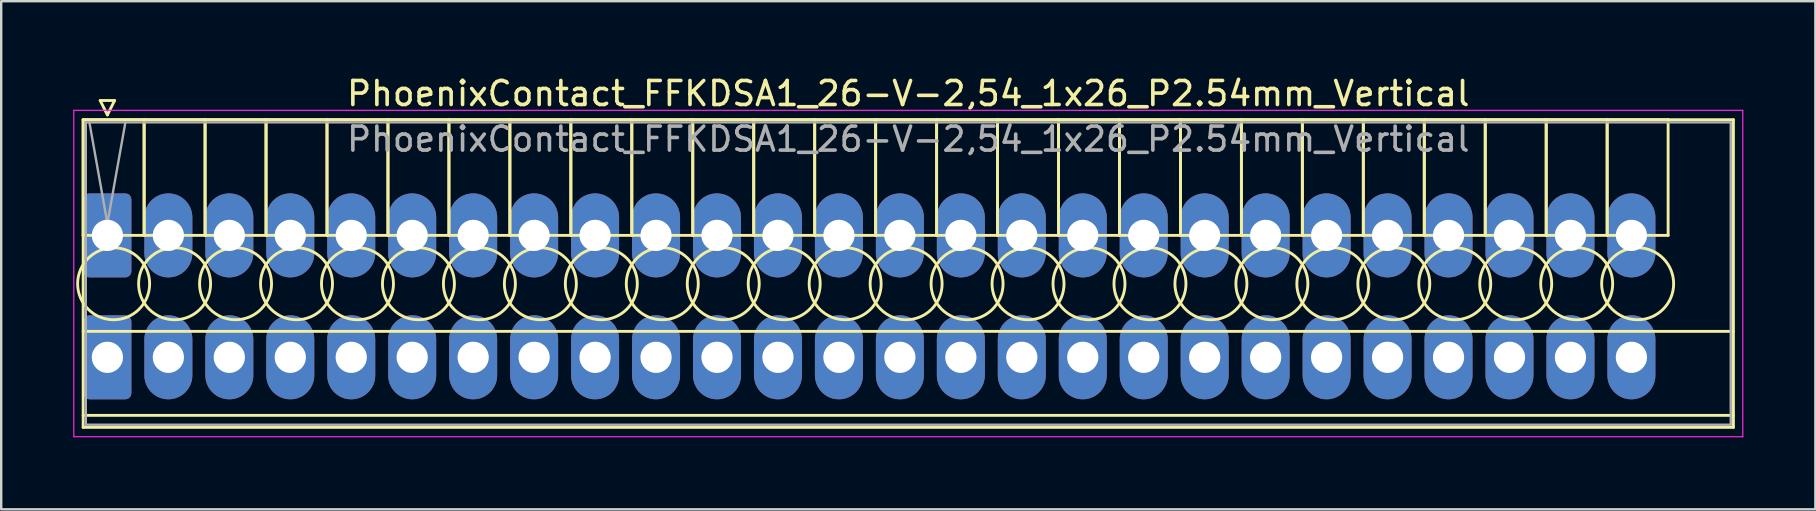
<source format=kicad_pcb>
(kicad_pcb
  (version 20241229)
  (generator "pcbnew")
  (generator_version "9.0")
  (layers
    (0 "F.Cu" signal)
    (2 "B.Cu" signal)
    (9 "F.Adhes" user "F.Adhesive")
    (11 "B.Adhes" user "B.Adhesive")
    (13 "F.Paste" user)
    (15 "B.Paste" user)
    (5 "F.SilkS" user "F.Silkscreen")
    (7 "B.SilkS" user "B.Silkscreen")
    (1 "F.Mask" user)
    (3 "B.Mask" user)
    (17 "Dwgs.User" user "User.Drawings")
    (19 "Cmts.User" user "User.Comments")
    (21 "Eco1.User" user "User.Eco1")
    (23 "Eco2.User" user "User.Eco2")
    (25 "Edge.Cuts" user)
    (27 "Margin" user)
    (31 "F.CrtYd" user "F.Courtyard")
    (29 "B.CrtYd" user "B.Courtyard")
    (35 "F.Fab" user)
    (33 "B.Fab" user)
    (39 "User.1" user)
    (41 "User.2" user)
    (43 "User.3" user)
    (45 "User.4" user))
  (footprint "PhoenixContact_FFKDSA1_26-V-2,54_1x26_P2.54mm_Vertical"
    (layer "F.Cu")
    (at 1.425 6.758)
    (property "Reference" "PhoenixContact_FFKDSA1_26-V-2,54_1x26_P2.54mm_Vertical" (at 33.37 -5.91 0) (layer "F.SilkS") (effects (font (size 1 1) (thickness 0.15))))
    (attr through_hole)
    (fp_line (start -1.01 -4.82) (end -1.01 0) (stroke (width 0.12) (type solid)) (layer "F.SilkS"))
    (fp_line (start -1.01 -4.82) (end -1.01 8) (stroke (width 0.12) (type solid)) (layer "F.SilkS"))
    (fp_line (start -1.01 0) (end 1.53 0) (stroke (width 0.12) (type solid)) (layer "F.SilkS"))
    (fp_line (start -1.01 4) (end 67.75 4) (stroke (width 0.12) (type solid)) (layer "F.SilkS"))
    (fp_line (start -1.01 7.5) (end 67.75 7.5) (stroke (width 0.12) (type solid)) (layer "F.SilkS"))
    (fp_line (start -1.01 8) (end 67.75 8) (stroke (width 0.12) (type solid)) (layer "F.SilkS"))
    (fp_line (start -0.3 -5.62) (end 0.3 -5.62) (stroke (width 0.12) (type solid)) (layer "F.SilkS"))
    (fp_line (start 0 -5.02) (end -0.3 -5.62) (stroke (width 0.12) (type solid)) (layer "F.SilkS"))
    (fp_line (start 0.3 -5.62) (end 0 -5.02) (stroke (width 0.12) (type solid)) (layer "F.SilkS"))
    (fp_line (start 1.53 -4.82) (end -1.01 -4.82) (stroke (width 0.12) (type solid)) (layer "F.SilkS"))
    (fp_line (start 1.53 -4.82) (end 1.53 0) (stroke (width 0.12) (type solid)) (layer "F.SilkS"))
    (fp_line (start 1.53 0) (end 1.53 -4.82) (stroke (width 0.12) (type solid)) (layer "F.SilkS"))
    (fp_line (start 1.53 0) (end 4.07 0) (stroke (width 0.12) (type solid)) (layer "F.SilkS"))
    (fp_line (start 4.07 -4.82) (end 1.53 -4.82) (stroke (width 0.12) (type solid)) (layer "F.SilkS"))
    (fp_line (start 4.07 -4.82) (end 4.07 0) (stroke (width 0.12) (type solid)) (layer "F.SilkS"))
    (fp_line (start 4.07 0) (end 4.07 -4.82) (stroke (width 0.12) (type solid)) (layer "F.SilkS"))
    (fp_line (start 4.07 0) (end 6.61 0) (stroke (width 0.12) (type solid)) (layer "F.SilkS"))
    (fp_line (start 6.61 -4.82) (end 4.07 -4.82) (stroke (width 0.12) (type solid)) (layer "F.SilkS"))
    (fp_line (start 6.61 -4.82) (end 6.61 0) (stroke (width 0.12) (type solid)) (layer "F.SilkS"))
    (fp_line (start 6.61 0) (end 6.61 -4.82) (stroke (width 0.12) (type solid)) (layer "F.SilkS"))
    (fp_line (start 6.61 0) (end 9.15 0) (stroke (width 0.12) (type solid)) (layer "F.SilkS"))
    (fp_line (start 9.15 -4.82) (end 6.61 -4.82) (stroke (width 0.12) (type solid)) (layer "F.SilkS"))
    (fp_line (start 9.15 -4.82) (end 9.15 0) (stroke (width 0.12) (type solid)) (layer "F.SilkS"))
    (fp_line (start 9.15 0) (end 9.15 -4.82) (stroke (width 0.12) (type solid)) (layer "F.SilkS"))
    (fp_line (start 9.15 0) (end 11.69 0) (stroke (width 0.12) (type solid)) (layer "F.SilkS"))
    (fp_line (start 11.69 -4.82) (end 9.15 -4.82) (stroke (width 0.12) (type solid)) (layer "F.SilkS"))
    (fp_line (start 11.69 -4.82) (end 11.69 0) (stroke (width 0.12) (type solid)) (layer "F.SilkS"))
    (fp_line (start 11.69 0) (end 11.69 -4.82) (stroke (width 0.12) (type solid)) (layer "F.SilkS"))
    (fp_line (start 11.69 0) (end 14.23 0) (stroke (width 0.12) (type solid)) (layer "F.SilkS"))
    (fp_line (start 14.23 -4.82) (end 11.69 -4.82) (stroke (width 0.12) (type solid)) (layer "F.SilkS"))
    (fp_line (start 14.23 -4.82) (end 14.23 0) (stroke (width 0.12) (type solid)) (layer "F.SilkS"))
    (fp_line (start 14.23 0) (end 14.23 -4.82) (stroke (width 0.12) (type solid)) (layer "F.SilkS"))
    (fp_line (start 14.23 0) (end 16.77 0) (stroke (width 0.12) (type solid)) (layer "F.SilkS"))
    (fp_line (start 16.77 -4.82) (end 14.23 -4.82) (stroke (width 0.12) (type solid)) (layer "F.SilkS"))
    (fp_line (start 16.77 -4.82) (end 16.77 0) (stroke (width 0.12) (type solid)) (layer "F.SilkS"))
    (fp_line (start 16.77 0) (end 16.77 -4.82) (stroke (width 0.12) (type solid)) (layer "F.SilkS"))
    (fp_line (start 16.77 0) (end 19.31 0) (stroke (width 0.12) (type solid)) (layer "F.SilkS"))
    (fp_line (start 19.31 -4.82) (end 16.77 -4.82) (stroke (width 0.12) (type solid)) (layer "F.SilkS"))
    (fp_line (start 19.31 -4.82) (end 19.31 0) (stroke (width 0.12) (type solid)) (layer "F.SilkS"))
    (fp_line (start 19.31 0) (end 19.31 -4.82) (stroke (width 0.12) (type solid)) (layer "F.SilkS"))
    (fp_line (start 19.31 0) (end 21.85 0) (stroke (width 0.12) (type solid)) (layer "F.SilkS"))
    (fp_line (start 21.85 -4.82) (end 19.31 -4.82) (stroke (width 0.12) (type solid)) (layer "F.SilkS"))
    (fp_line (start 21.85 -4.82) (end 21.85 0) (stroke (width 0.12) (type solid)) (layer "F.SilkS"))
    (fp_line (start 21.85 0) (end 21.85 -4.82) (stroke (width 0.12) (type solid)) (layer "F.SilkS"))
    (fp_line (start 21.85 0) (end 24.39 0) (stroke (width 0.12) (type solid)) (layer "F.SilkS"))
    (fp_line (start 24.39 -4.82) (end 21.85 -4.82) (stroke (width 0.12) (type solid)) (layer "F.SilkS"))
    (fp_line (start 24.39 -4.82) (end 24.39 0) (stroke (width 0.12) (type solid)) (layer "F.SilkS"))
    (fp_line (start 24.39 0) (end 24.39 -4.82) (stroke (width 0.12) (type solid)) (layer "F.SilkS"))
    (fp_line (start 24.39 0) (end 26.93 0) (stroke (width 0.12) (type solid)) (layer "F.SilkS"))
    (fp_line (start 26.93 -4.82) (end 24.39 -4.82) (stroke (width 0.12) (type solid)) (layer "F.SilkS"))
    (fp_line (start 26.93 -4.82) (end 26.93 0) (stroke (width 0.12) (type solid)) (layer "F.SilkS"))
    (fp_line (start 26.93 0) (end 26.93 -4.82) (stroke (width 0.12) (type solid)) (layer "F.SilkS"))
    (fp_line (start 26.93 0) (end 29.47 0) (stroke (width 0.12) (type solid)) (layer "F.SilkS"))
    (fp_line (start 29.47 -4.82) (end 26.93 -4.82) (stroke (width 0.12) (type solid)) (layer "F.SilkS"))
    (fp_line (start 29.47 -4.82) (end 29.47 0) (stroke (width 0.12) (type solid)) (layer "F.SilkS"))
    (fp_line (start 29.47 0) (end 29.47 -4.82) (stroke (width 0.12) (type solid)) (layer "F.SilkS"))
    (fp_line (start 29.47 0) (end 32.01 0) (stroke (width 0.12) (type solid)) (layer "F.SilkS"))
    (fp_line (start 32.01 -4.82) (end 29.47 -4.82) (stroke (width 0.12) (type solid)) (layer "F.SilkS"))
    (fp_line (start 32.01 -4.82) (end 32.01 0) (stroke (width 0.12) (type solid)) (layer "F.SilkS"))
    (fp_line (start 32.01 0) (end 32.01 -4.82) (stroke (width 0.12) (type solid)) (layer "F.SilkS"))
    (fp_line (start 32.01 0) (end 34.55 0) (stroke (width 0.12) (type solid)) (layer "F.SilkS"))
    (fp_line (start 34.55 -4.82) (end 32.01 -4.82) (stroke (width 0.12) (type solid)) (layer "F.SilkS"))
    (fp_line (start 34.55 -4.82) (end 34.55 0) (stroke (width 0.12) (type solid)) (layer "F.SilkS"))
    (fp_line (start 34.55 0) (end 34.55 -4.82) (stroke (width 0.12) (type solid)) (layer "F.SilkS"))
    (fp_line (start 34.55 0) (end 37.09 0) (stroke (width 0.12) (type solid)) (layer "F.SilkS"))
    (fp_line (start 37.09 -4.82) (end 34.55 -4.82) (stroke (width 0.12) (type solid)) (layer "F.SilkS"))
    (fp_line (start 37.09 -4.82) (end 37.09 0) (stroke (width 0.12) (type solid)) (layer "F.SilkS"))
    (fp_line (start 37.09 0) (end 37.09 -4.82) (stroke (width 0.12) (type solid)) (layer "F.SilkS"))
    (fp_line (start 37.09 0) (end 39.63 0) (stroke (width 0.12) (type solid)) (layer "F.SilkS"))
    (fp_line (start 39.63 -4.82) (end 37.09 -4.82) (stroke (width 0.12) (type solid)) (layer "F.SilkS"))
    (fp_line (start 39.63 -4.82) (end 39.63 0) (stroke (width 0.12) (type solid)) (layer "F.SilkS"))
    (fp_line (start 39.63 0) (end 39.63 -4.82) (stroke (width 0.12) (type solid)) (layer "F.SilkS"))
    (fp_line (start 39.63 0) (end 42.17 0) (stroke (width 0.12) (type solid)) (layer "F.SilkS"))
    (fp_line (start 42.17 -4.82) (end 39.63 -4.82) (stroke (width 0.12) (type solid)) (layer "F.SilkS"))
    (fp_line (start 42.17 -4.82) (end 42.17 0) (stroke (width 0.12) (type solid)) (layer "F.SilkS"))
    (fp_line (start 42.17 0) (end 42.17 -4.82) (stroke (width 0.12) (type solid)) (layer "F.SilkS"))
    (fp_line (start 42.17 0) (end 44.71 0) (stroke (width 0.12) (type solid)) (layer "F.SilkS"))
    (fp_line (start 44.71 -4.82) (end 42.17 -4.82) (stroke (width 0.12) (type solid)) (layer "F.SilkS"))
    (fp_line (start 44.71 -4.82) (end 44.71 0) (stroke (width 0.12) (type solid)) (layer "F.SilkS"))
    (fp_line (start 44.71 0) (end 44.71 -4.82) (stroke (width 0.12) (type solid)) (layer "F.SilkS"))
    (fp_line (start 44.71 0) (end 47.25 0) (stroke (width 0.12) (type solid)) (layer "F.SilkS"))
    (fp_line (start 47.25 -4.82) (end 44.71 -4.82) (stroke (width 0.12) (type solid)) (layer "F.SilkS"))
    (fp_line (start 47.25 -4.82) (end 47.25 0) (stroke (width 0.12) (type solid)) (layer "F.SilkS"))
    (fp_line (start 47.25 0) (end 47.25 -4.82) (stroke (width 0.12) (type solid)) (layer "F.SilkS"))
    (fp_line (start 47.25 0) (end 49.79 0) (stroke (width 0.12) (type solid)) (layer "F.SilkS"))
    (fp_line (start 49.79 -4.82) (end 47.25 -4.82) (stroke (width 0.12) (type solid)) (layer "F.SilkS"))
    (fp_line (start 49.79 -4.82) (end 49.79 0) (stroke (width 0.12) (type solid)) (layer "F.SilkS"))
    (fp_line (start 49.79 0) (end 49.79 -4.82) (stroke (width 0.12) (type solid)) (layer "F.SilkS"))
    (fp_line (start 49.79 0) (end 52.33 0) (stroke (width 0.12) (type solid)) (layer "F.SilkS"))
    (fp_line (start 52.33 -4.82) (end 49.79 -4.82) (stroke (width 0.12) (type solid)) (layer "F.SilkS"))
    (fp_line (start 52.33 -4.82) (end 52.33 0) (stroke (width 0.12) (type solid)) (layer "F.SilkS"))
    (fp_line (start 52.33 0) (end 52.33 -4.82) (stroke (width 0.12) (type solid)) (layer "F.SilkS"))
    (fp_line (start 52.33 0) (end 54.87 0) (stroke (width 0.12) (type solid)) (layer "F.SilkS"))
    (fp_line (start 54.87 -4.82) (end 52.33 -4.82) (stroke (width 0.12) (type solid)) (layer "F.SilkS"))
    (fp_line (start 54.87 -4.82) (end 54.87 0) (stroke (width 0.12) (type solid)) (layer "F.SilkS"))
    (fp_line (start 54.87 0) (end 54.87 -4.82) (stroke (width 0.12) (type solid)) (layer "F.SilkS"))
    (fp_line (start 54.87 0) (end 57.41 0) (stroke (width 0.12) (type solid)) (layer "F.SilkS"))
    (fp_line (start 57.41 -4.82) (end 54.87 -4.82) (stroke (width 0.12) (type solid)) (layer "F.SilkS"))
    (fp_line (start 57.41 -4.82) (end 57.41 0) (stroke (width 0.12) (type solid)) (layer "F.SilkS"))
    (fp_line (start 57.41 0) (end 57.41 -4.82) (stroke (width 0.12) (type solid)) (layer "F.SilkS"))
    (fp_line (start 57.41 0) (end 59.95 0) (stroke (width 0.12) (type solid)) (layer "F.SilkS"))
    (fp_line (start 59.95 -4.82) (end 57.41 -4.82) (stroke (width 0.12) (type solid)) (layer "F.SilkS"))
    (fp_line (start 59.95 -4.82) (end 59.95 0) (stroke (width 0.12) (type solid)) (layer "F.SilkS"))
    (fp_line (start 59.95 0) (end 59.95 -4.82) (stroke (width 0.12) (type solid)) (layer "F.SilkS"))
    (fp_line (start 59.95 0) (end 62.49 0) (stroke (width 0.12) (type solid)) (layer "F.SilkS"))
    (fp_line (start 62.49 -4.82) (end 59.95 -4.82) (stroke (width 0.12) (type solid)) (layer "F.SilkS"))
    (fp_line (start 62.49 -4.82) (end 62.49 0) (stroke (width 0.12) (type solid)) (layer "F.SilkS"))
    (fp_line (start 62.49 0) (end 62.49 -4.82) (stroke (width 0.12) (type solid)) (layer "F.SilkS"))
    (fp_line (start 62.49 0) (end 65.03 0) (stroke (width 0.12) (type solid)) (layer "F.SilkS"))
    (fp_line (start 65.03 -4.82) (end 62.49 -4.82) (stroke (width 0.12) (type solid)) (layer "F.SilkS"))
    (fp_line (start 65.03 0) (end 65.03 -4.82) (stroke (width 0.12) (type solid)) (layer "F.SilkS"))
    (fp_line (start 67.75 -4.82) (end -1.01 -4.82) (stroke (width 0.12) (type solid)) (layer "F.SilkS"))
    (fp_line (start 67.75 8) (end 67.75 -4.82) (stroke (width 0.12) (type solid)) (layer "F.SilkS"))
    (fp_circle (center 0.26 2.015) (end 1.76 2.015) (stroke (width 0.12) (type solid)) (fill no) (layer "F.SilkS"))
    (fp_circle (center 2.8 2.015) (end 4.3 2.015) (stroke (width 0.12) (type solid)) (fill no) (layer "F.SilkS"))
    (fp_circle (center 5.34 2.015) (end 6.84 2.015) (stroke (width 0.12) (type solid)) (fill no) (layer "F.SilkS"))
    (fp_circle (center 7.88 2.015) (end 9.38 2.015) (stroke (width 0.12) (type solid)) (fill no) (layer "F.SilkS"))
    (fp_circle (center 10.42 2.015) (end 11.92 2.015) (stroke (width 0.12) (type solid)) (fill no) (layer "F.SilkS"))
    (fp_circle (center 12.96 2.015) (end 14.46 2.015) (stroke (width 0.12) (type solid)) (fill no) (layer "F.SilkS"))
    (fp_circle (center 15.5 2.015) (end 17 2.015) (stroke (width 0.12) (type solid)) (fill no) (layer "F.SilkS"))
    (fp_circle (center 18.04 2.015) (end 19.54 2.015) (stroke (width 0.12) (type solid)) (fill no) (layer "F.SilkS"))
    (fp_circle (center 20.58 2.015) (end 22.08 2.015) (stroke (width 0.12) (type solid)) (fill no) (layer "F.SilkS"))
    (fp_circle (center 23.12 2.015) (end 24.62 2.015) (stroke (width 0.12) (type solid)) (fill no) (layer "F.SilkS"))
    (fp_circle (center 25.66 2.015) (end 27.16 2.015) (stroke (width 0.12) (type solid)) (fill no) (layer "F.SilkS"))
    (fp_circle (center 28.2 2.015) (end 29.7 2.015) (stroke (width 0.12) (type solid)) (fill no) (layer "F.SilkS"))
    (fp_circle (center 30.74 2.015) (end 32.24 2.015) (stroke (width 0.12) (type solid)) (fill no) (layer "F.SilkS"))
    (fp_circle (center 33.28 2.015) (end 34.78 2.015) (stroke (width 0.12) (type solid)) (fill no) (layer "F.SilkS"))
    (fp_circle (center 35.82 2.015) (end 37.32 2.015) (stroke (width 0.12) (type solid)) (fill no) (layer "F.SilkS"))
    (fp_circle (center 38.36 2.015) (end 39.86 2.015) (stroke (width 0.12) (type solid)) (fill no) (layer "F.SilkS"))
    (fp_circle (center 40.9 2.015) (end 42.4 2.015) (stroke (width 0.12) (type solid)) (fill no) (layer "F.SilkS"))
    (fp_circle (center 43.44 2.015) (end 44.94 2.015) (stroke (width 0.12) (type solid)) (fill no) (layer "F.SilkS"))
    (fp_circle (center 45.98 2.015) (end 47.48 2.015) (stroke (width 0.12) (type solid)) (fill no) (layer "F.SilkS"))
    (fp_circle (center 48.52 2.015) (end 50.02 2.015) (stroke (width 0.12) (type solid)) (fill no) (layer "F.SilkS"))
    (fp_circle (center 51.06 2.015) (end 52.56 2.015) (stroke (width 0.12) (type solid)) (fill no) (layer "F.SilkS"))
    (fp_circle (center 53.6 2.015) (end 55.1 2.015) (stroke (width 0.12) (type solid)) (fill no) (layer "F.SilkS"))
    (fp_circle (center 56.14 2.015) (end 57.64 2.015) (stroke (width 0.12) (type solid)) (fill no) (layer "F.SilkS"))
    (fp_circle (center 58.68 2.015) (end 60.18 2.015) (stroke (width 0.12) (type solid)) (fill no) (layer "F.SilkS"))
    (fp_circle (center 61.22 2.015) (end 62.72 2.015) (stroke (width 0.12) (type solid)) (fill no) (layer "F.SilkS"))
    (fp_circle (center 63.76 2.015) (end 65.26 2.015) (stroke (width 0.12) (type solid)) (fill no) (layer "F.SilkS"))
    (fp_line (start -1.4 -5.21) (end -1.4 8.39) (stroke (width 0.05) (type solid)) (layer "F.CrtYd"))
    (fp_line (start -1.4 8.39) (end 68.14 8.39) (stroke (width 0.05) (type solid)) (layer "F.CrtYd"))
    (fp_line (start 68.14 -5.21) (end -1.4 -5.21) (stroke (width 0.05) (type solid)) (layer "F.CrtYd"))
    (fp_line (start 68.14 8.39) (end 68.14 -5.21) (stroke (width 0.05) (type solid)) (layer "F.CrtYd"))
    (fp_line (start -0.9 -4.71) (end -0.9 7.89) (stroke (width 0.1) (type solid)) (layer "F.Fab"))
    (fp_line (start -0.9 7.89) (end 67.64 7.89) (stroke (width 0.1) (type solid)) (layer "F.Fab"))
    (fp_line (start 0 -0.5) (end -0.75 -4.71) (stroke (width 0.1) (type solid)) (layer "F.Fab"))
    (fp_line (start 0.75 -4.71) (end 0 -0.5) (stroke (width 0.1) (type solid)) (layer "F.Fab"))
    (fp_line (start 67.64 -4.71) (end -0.9 -4.71) (stroke (width 0.1) (type solid)) (layer "F.Fab"))
    (fp_line (start 67.64 7.89) (end 67.64 -4.71) (stroke (width 0.1) (type solid)) (layer "F.Fab"))
    (fp_text user "${REFERENCE}" (at 33.37 -4.01 0) (layer "F.Fab") (effects (font (size 1 1) (thickness 0.15))))
    (pad "1" thru_hole roundrect (at 0 0) (size 2 3.5) (drill 1.3) (layers "*.Cu" "*.Mask") (roundrect_rratio 0.125))
    (pad "1" thru_hole roundrect (at 0 5.08) (size 2 3.5) (drill 1.3) (layers "*.Cu" "*.Mask") (roundrect_rratio 0.125))
    (pad "2" thru_hole oval (at 2.54 0) (size 2 3.5) (drill 1.3) (layers "*.Cu" "*.Mask"))
    (pad "2" thru_hole oval (at 2.54 5.08) (size 2 3.5) (drill 1.3) (layers "*.Cu" "*.Mask"))
    (pad "3" thru_hole oval (at 5.08 0) (size 2 3.5) (drill 1.3) (layers "*.Cu" "*.Mask"))
    (pad "3" thru_hole oval (at 5.08 5.08) (size 2 3.5) (drill 1.3) (layers "*.Cu" "*.Mask"))
    (pad "4" thru_hole oval (at 7.62 0) (size 2 3.5) (drill 1.3) (layers "*.Cu" "*.Mask"))
    (pad "4" thru_hole oval (at 7.62 5.08) (size 2 3.5) (drill 1.3) (layers "*.Cu" "*.Mask"))
    (pad "5" thru_hole oval (at 10.16 0) (size 2 3.5) (drill 1.3) (layers "*.Cu" "*.Mask"))
    (pad "5" thru_hole oval (at 10.16 5.08) (size 2 3.5) (drill 1.3) (layers "*.Cu" "*.Mask"))
    (pad "6" thru_hole oval (at 12.7 0) (size 2 3.5) (drill 1.3) (layers "*.Cu" "*.Mask"))
    (pad "6" thru_hole oval (at 12.7 5.08) (size 2 3.5) (drill 1.3) (layers "*.Cu" "*.Mask"))
    (pad "7" thru_hole oval (at 15.24 0) (size 2 3.5) (drill 1.3) (layers "*.Cu" "*.Mask"))
    (pad "7" thru_hole oval (at 15.24 5.08) (size 2 3.5) (drill 1.3) (layers "*.Cu" "*.Mask"))
    (pad "8" thru_hole oval (at 17.78 0) (size 2 3.5) (drill 1.3) (layers "*.Cu" "*.Mask"))
    (pad "8" thru_hole oval (at 17.78 5.08) (size 2 3.5) (drill 1.3) (layers "*.Cu" "*.Mask"))
    (pad "9" thru_hole oval (at 20.32 0) (size 2 3.5) (drill 1.3) (layers "*.Cu" "*.Mask"))
    (pad "9" thru_hole oval (at 20.32 5.08) (size 2 3.5) (drill 1.3) (layers "*.Cu" "*.Mask"))
    (pad "10" thru_hole oval (at 22.86 0) (size 2 3.5) (drill 1.3) (layers "*.Cu" "*.Mask"))
    (pad "10" thru_hole oval (at 22.86 5.08) (size 2 3.5) (drill 1.3) (layers "*.Cu" "*.Mask"))
    (pad "11" thru_hole oval (at 25.4 0) (size 2 3.5) (drill 1.3) (layers "*.Cu" "*.Mask"))
    (pad "11" thru_hole oval (at 25.4 5.08) (size 2 3.5) (drill 1.3) (layers "*.Cu" "*.Mask"))
    (pad "12" thru_hole oval (at 27.94 0) (size 2 3.5) (drill 1.3) (layers "*.Cu" "*.Mask"))
    (pad "12" thru_hole oval (at 27.94 5.08) (size 2 3.5) (drill 1.3) (layers "*.Cu" "*.Mask"))
    (pad "13" thru_hole oval (at 30.48 0) (size 2 3.5) (drill 1.3) (layers "*.Cu" "*.Mask"))
    (pad "13" thru_hole oval (at 30.48 5.08) (size 2 3.5) (drill 1.3) (layers "*.Cu" "*.Mask"))
    (pad "14" thru_hole oval (at 33.02 0) (size 2 3.5) (drill 1.3) (layers "*.Cu" "*.Mask"))
    (pad "14" thru_hole oval (at 33.02 5.08) (size 2 3.5) (drill 1.3) (layers "*.Cu" "*.Mask"))
    (pad "15" thru_hole oval (at 35.56 0) (size 2 3.5) (drill 1.3) (layers "*.Cu" "*.Mask"))
    (pad "15" thru_hole oval (at 35.56 5.08) (size 2 3.5) (drill 1.3) (layers "*.Cu" "*.Mask"))
    (pad "16" thru_hole oval (at 38.1 0) (size 2 3.5) (drill 1.3) (layers "*.Cu" "*.Mask"))
    (pad "16" thru_hole oval (at 38.1 5.08) (size 2 3.5) (drill 1.3) (layers "*.Cu" "*.Mask"))
    (pad "17" thru_hole oval (at 40.64 0) (size 2 3.5) (drill 1.3) (layers "*.Cu" "*.Mask"))
    (pad "17" thru_hole oval (at 40.64 5.08) (size 2 3.5) (drill 1.3) (layers "*.Cu" "*.Mask"))
    (pad "18" thru_hole oval (at 43.18 0) (size 2 3.5) (drill 1.3) (layers "*.Cu" "*.Mask"))
    (pad "18" thru_hole oval (at 43.18 5.08) (size 2 3.5) (drill 1.3) (layers "*.Cu" "*.Mask"))
    (pad "19" thru_hole oval (at 45.72 0) (size 2 3.5) (drill 1.3) (layers "*.Cu" "*.Mask"))
    (pad "19" thru_hole oval (at 45.72 5.08) (size 2 3.5) (drill 1.3) (layers "*.Cu" "*.Mask"))
    (pad "20" thru_hole oval (at 48.26 0) (size 2 3.5) (drill 1.3) (layers "*.Cu" "*.Mask"))
    (pad "20" thru_hole oval (at 48.26 5.08) (size 2 3.5) (drill 1.3) (layers "*.Cu" "*.Mask"))
    (pad "21" thru_hole oval (at 50.8 0) (size 2 3.5) (drill 1.3) (layers "*.Cu" "*.Mask"))
    (pad "21" thru_hole oval (at 50.8 5.08) (size 2 3.5) (drill 1.3) (layers "*.Cu" "*.Mask"))
    (pad "22" thru_hole oval (at 53.34 0) (size 2 3.5) (drill 1.3) (layers "*.Cu" "*.Mask"))
    (pad "22" thru_hole oval (at 53.34 5.08) (size 2 3.5) (drill 1.3) (layers "*.Cu" "*.Mask"))
    (pad "23" thru_hole oval (at 55.88 0) (size 2 3.5) (drill 1.3) (layers "*.Cu" "*.Mask"))
    (pad "23" thru_hole oval (at 55.88 5.08) (size 2 3.5) (drill 1.3) (layers "*.Cu" "*.Mask"))
    (pad "24" thru_hole oval (at 58.42 0) (size 2 3.5) (drill 1.3) (layers "*.Cu" "*.Mask"))
    (pad "24" thru_hole oval (at 58.42 5.08) (size 2 3.5) (drill 1.3) (layers "*.Cu" "*.Mask"))
    (pad "25" thru_hole oval (at 60.96 0) (size 2 3.5) (drill 1.3) (layers "*.Cu" "*.Mask"))
    (pad "25" thru_hole oval (at 60.96 5.08) (size 2 3.5) (drill 1.3) (layers "*.Cu" "*.Mask"))
    (pad "26" thru_hole oval (at 63.5 0) (size 2 3.5) (drill 1.3) (layers "*.Cu" "*.Mask"))
    (pad "26" thru_hole oval (at 63.5 5.08) (size 2 3.5) (drill 1.3) (layers "*.Cu" "*.Mask")))
  (gr_rect
    (start -3 -3)
    (end 72.59 18.173)
    (stroke (width 0.1) (type default))
    (fill no)
    (layer "Edge.Cuts")))
</source>
